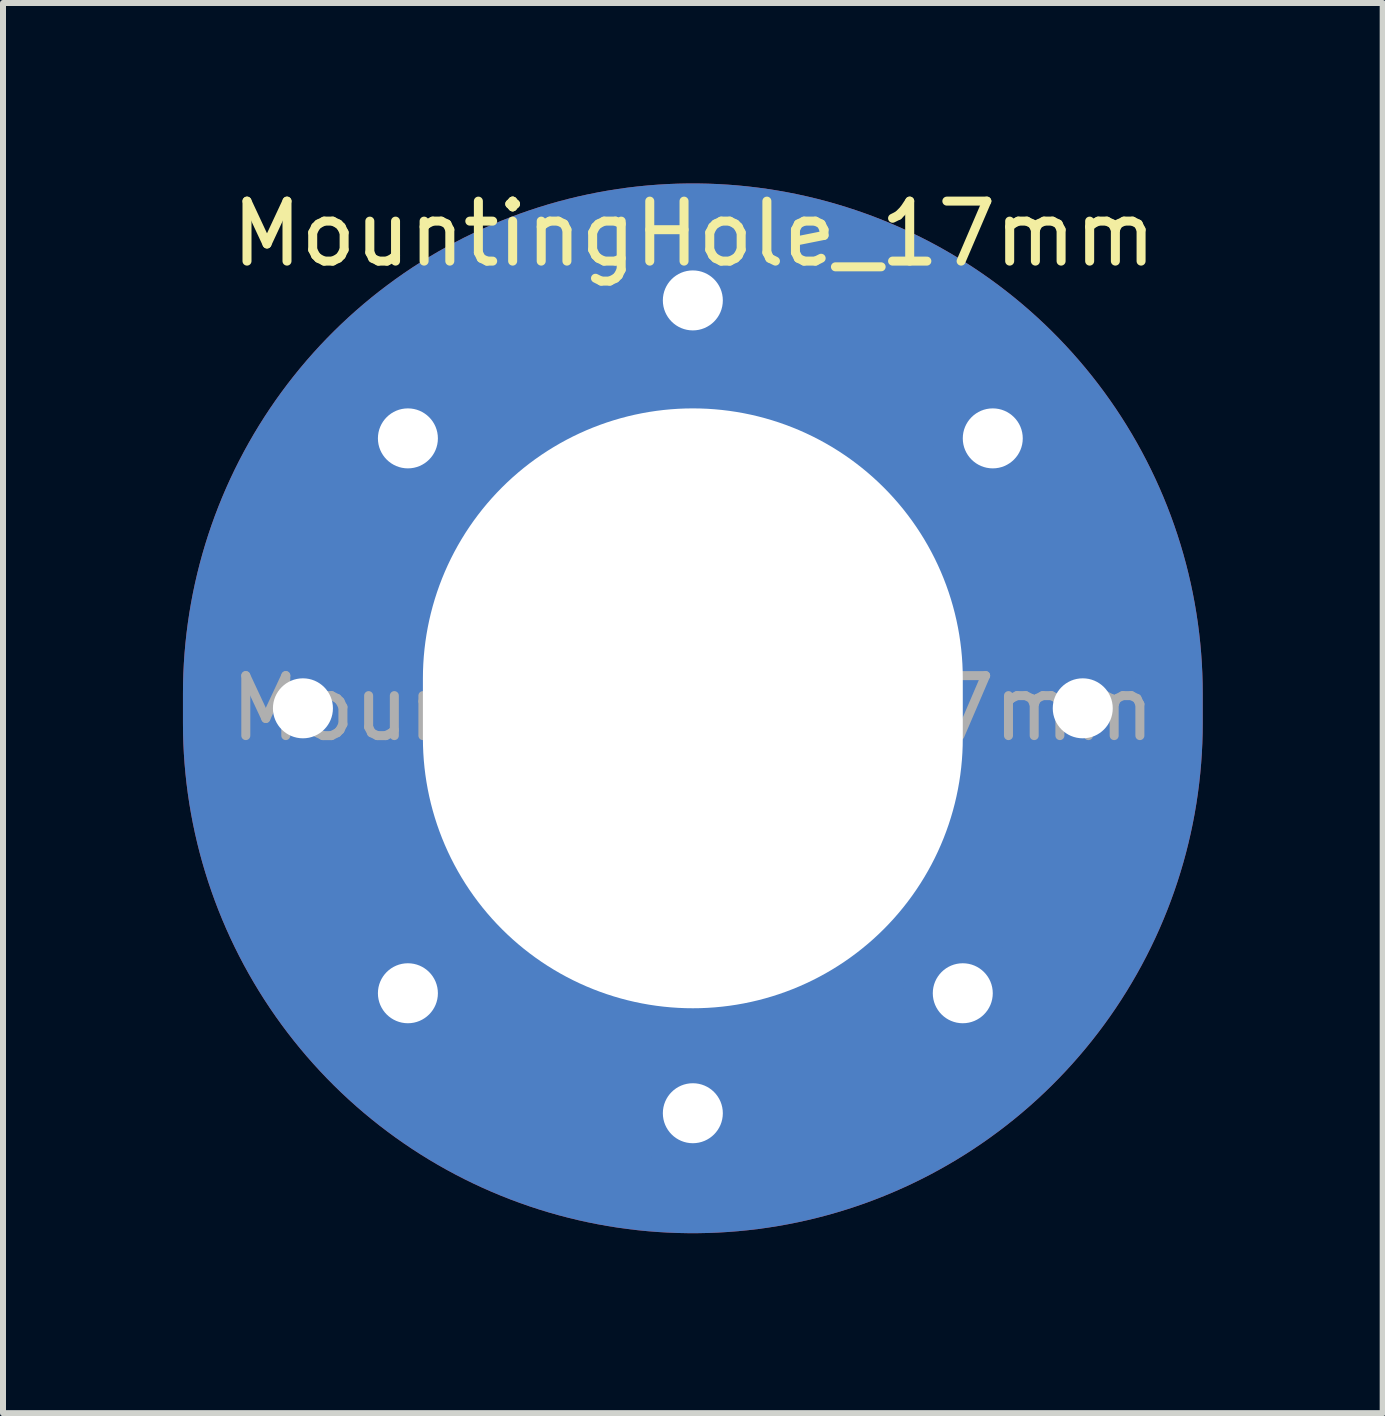
<source format=kicad_pcb>
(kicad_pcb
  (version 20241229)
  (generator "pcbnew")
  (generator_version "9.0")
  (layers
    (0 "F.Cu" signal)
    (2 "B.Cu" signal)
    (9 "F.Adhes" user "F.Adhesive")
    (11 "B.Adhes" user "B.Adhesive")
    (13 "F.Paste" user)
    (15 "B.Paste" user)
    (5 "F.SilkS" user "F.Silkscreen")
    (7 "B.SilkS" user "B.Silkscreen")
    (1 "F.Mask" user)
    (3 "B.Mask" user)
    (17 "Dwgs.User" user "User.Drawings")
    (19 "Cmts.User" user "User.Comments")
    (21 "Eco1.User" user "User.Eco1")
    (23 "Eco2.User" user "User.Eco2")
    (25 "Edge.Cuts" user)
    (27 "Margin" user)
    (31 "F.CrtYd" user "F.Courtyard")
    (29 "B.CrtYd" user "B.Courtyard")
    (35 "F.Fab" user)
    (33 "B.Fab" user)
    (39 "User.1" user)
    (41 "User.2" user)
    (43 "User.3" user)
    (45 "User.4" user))
  (footprint "MountingHole_17mm"
    (layer "F.Cu")
    (at 8.5 8.758)
    (property "Reference" "MountingHole_17mm" (at 0.02 -7.91 0) (layer "F.SilkS") (effects (font (size 1 1) (thickness 0.15))))
    (attr exclude_from_pos_files dnp)
    (fp_text user "${REFERENCE}" (at 0 0 0) (layer "F.Fab") (effects (font (size 1 1) (thickness 0.15))))
    (pad "1" thru_hole circle (at -6.5 0) (size 2 2) (drill 1) (layers "*.Cu" "*.Mask"))
    (pad "1" thru_hole circle (at -4.75 -4.5) (size 2 2) (drill 1) (layers "*.Cu" "*.Mask"))
    (pad "1" thru_hole circle (at -4.75 4.75) (size 2 2) (drill 1) (layers "*.Cu" "*.Mask"))
    (pad "1" thru_hole circle (at 0 -6.8) (size 2 2) (drill 1) (layers "*.Cu" "*.Mask"))
    (pad "1" thru_hole oval (at 0 0) (size 17 17.5) (drill oval 9 10) (layers "*.Cu" "*.Mask"))
    (pad "1" thru_hole circle (at 0 6.75) (size 2 2) (drill 1) (layers "*.Cu" "*.Mask"))
    (pad "1" thru_hole circle (at 4.5 4.75) (size 2 2) (drill 1) (layers "*.Cu" "*.Mask"))
    (pad "1" thru_hole circle (at 5 -4.5) (size 2 2) (drill 1) (layers "*.Cu" "*.Mask"))
    (pad "1" thru_hole circle (at 6.5 0) (size 2 2) (drill 1) (layers "*.Cu" "*.Mask")))
  (gr_rect
    (start -3 -3)
    (end 20 20.508)
    (stroke (width 0.1) (type default))
    (fill no)
    (layer "Edge.Cuts")))
</source>
